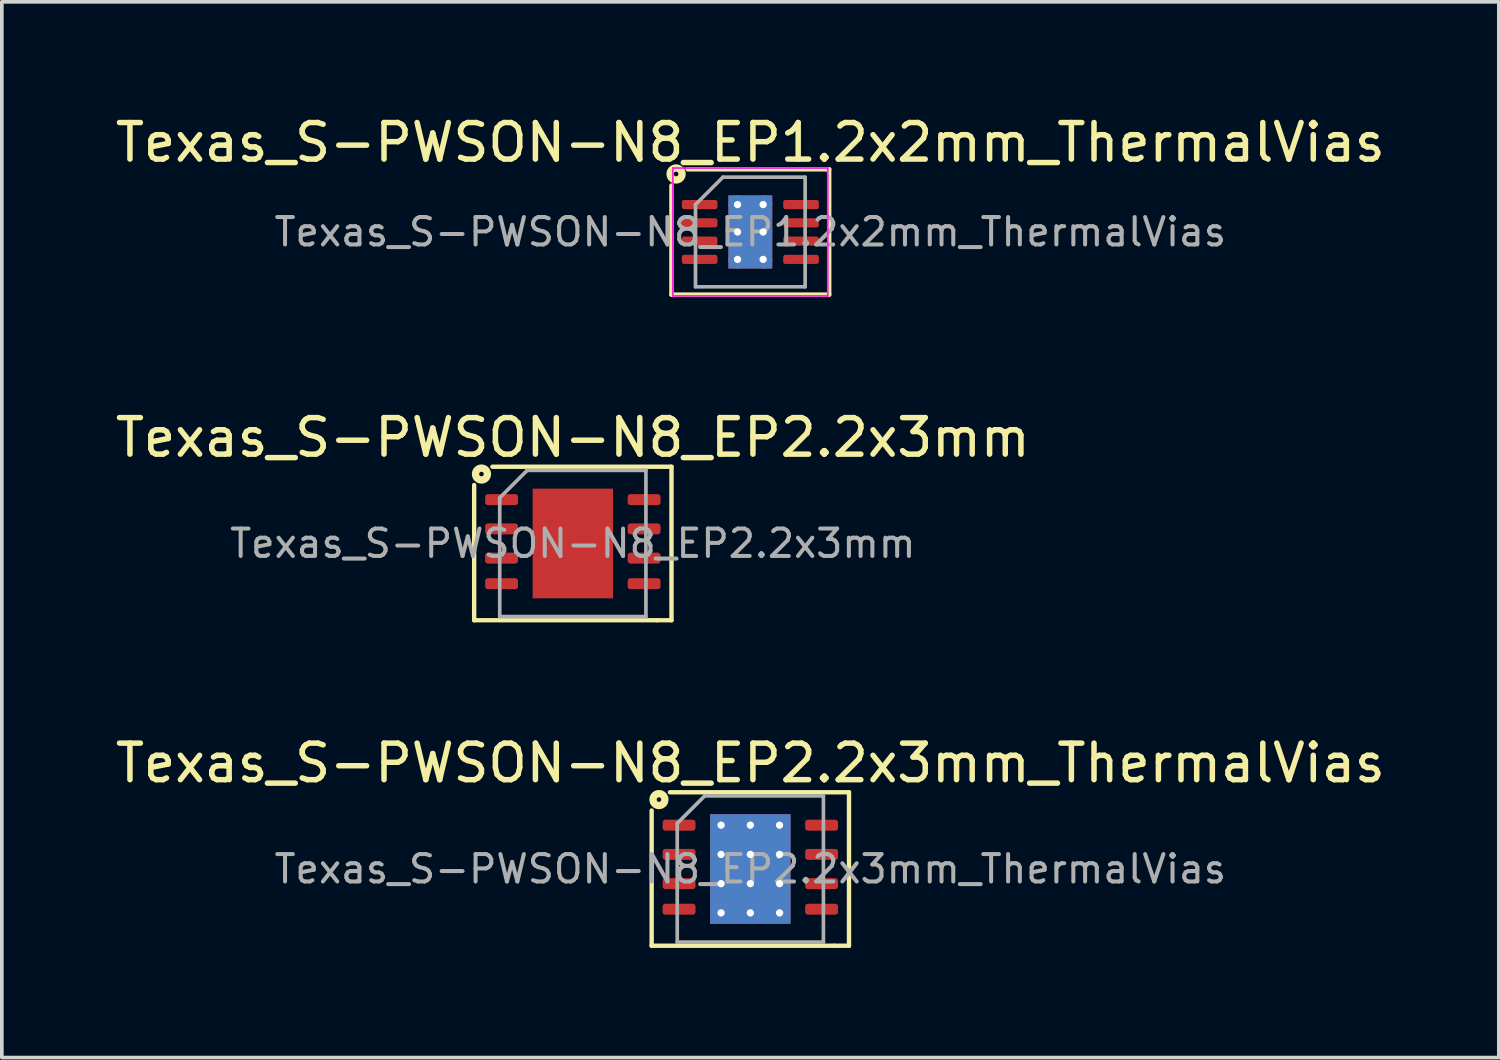
<source format=kicad_pcb>
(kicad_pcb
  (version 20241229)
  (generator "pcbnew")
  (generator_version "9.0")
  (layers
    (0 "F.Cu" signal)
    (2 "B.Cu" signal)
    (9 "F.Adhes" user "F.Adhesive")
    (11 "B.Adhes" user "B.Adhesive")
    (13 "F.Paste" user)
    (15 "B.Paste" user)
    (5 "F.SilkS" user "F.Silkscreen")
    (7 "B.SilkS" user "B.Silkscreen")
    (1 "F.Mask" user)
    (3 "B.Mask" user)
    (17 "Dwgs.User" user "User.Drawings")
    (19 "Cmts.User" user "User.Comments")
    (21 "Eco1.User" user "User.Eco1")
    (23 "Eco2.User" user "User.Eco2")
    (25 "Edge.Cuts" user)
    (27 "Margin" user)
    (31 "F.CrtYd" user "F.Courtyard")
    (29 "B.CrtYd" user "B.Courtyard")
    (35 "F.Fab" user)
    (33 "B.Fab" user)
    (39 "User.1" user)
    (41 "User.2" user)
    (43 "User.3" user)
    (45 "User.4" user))
  (footprint "Texas_S-PWSON-N8_EP1.2x2mm_ThermalVias"
    (layer "F.Cu")
    (at 17.482 3.298)
    (property "Reference" "Texas_S-PWSON-N8_EP1.2x2mm_ThermalVias" (at 0 -2.45 0) (layer "F.SilkS") (effects (font (size 1 1) (thickness 0.15))))
    (attr smd)
    (fp_line (start -2.159 1.714) (end -2.159 -1.27) (stroke (width 0.12) (type solid)) (layer "F.SilkS"))
    (fp_line (start -1.714 -1.714) (end 2.095 -1.714) (stroke (width 0.12) (type solid)) (layer "F.SilkS"))
    (fp_line (start 2.095 -1.714) (end 2.159 -1.714) (stroke (width 0.12) (type solid)) (layer "F.SilkS"))
    (fp_line (start 2.159 -1.714) (end 2.159 1.714) (stroke (width 0.12) (type solid)) (layer "F.SilkS"))
    (fp_line (start 2.159 1.714) (end -2.159 1.714) (stroke (width 0.12) (type solid)) (layer "F.SilkS"))
    (fp_circle (center -2.032 -1.587) (end -1.968 -1.587) (stroke (width 0.2) (type solid)) (fill no) (layer "F.SilkS"))
    (fp_line (start -2.12 -1.75) (end -2.12 1.75) (stroke (width 0.05) (type solid)) (layer "F.CrtYd"))
    (fp_line (start -2.12 1.75) (end 2.12 1.75) (stroke (width 0.05) (type solid)) (layer "F.CrtYd"))
    (fp_line (start 2.12 -1.75) (end -2.12 -1.75) (stroke (width 0.05) (type solid)) (layer "F.CrtYd"))
    (fp_line (start 2.12 1.75) (end 2.12 -1.75) (stroke (width 0.05) (type solid)) (layer "F.CrtYd"))
    (fp_line (start -1.5 -0.75) (end -0.75 -1.5) (stroke (width 0.1) (type solid)) (layer "F.Fab"))
    (fp_line (start -1.5 1.5) (end -1.5 -0.75) (stroke (width 0.1) (type solid)) (layer "F.Fab"))
    (fp_line (start -0.75 -1.5) (end 1.5 -1.5) (stroke (width 0.1) (type solid)) (layer "F.Fab"))
    (fp_line (start 1.5 -1.5) (end 1.5 1.5) (stroke (width 0.1) (type solid)) (layer "F.Fab"))
    (fp_line (start 1.5 1.5) (end -1.5 1.5) (stroke (width 0.1) (type solid)) (layer "F.Fab"))
    (fp_text user "${REFERENCE}" (at 0 0 0) (layer "F.Fab") (effects (font (size 0.75 0.75) (thickness 0.11))))
    (pad "" smd roundrect (at 0 -0.5) (size 1.04 0.87) (layers "F.Paste") (roundrect_rratio 0.25))
    (pad "" smd roundrect (at 0 0.5) (size 1.04 0.87) (layers "F.Paste") (roundrect_rratio 0.25))
    (pad "1" smd roundrect (at -1.387 -0.75) (size 0.975 0.25) (layers "F.Cu" "F.Mask" "F.Paste") (roundrect_rratio 0.25))
    (pad "2" smd roundrect (at -1.387 -0.25) (size 0.975 0.25) (layers "F.Cu" "F.Mask" "F.Paste") (roundrect_rratio 0.25))
    (pad "3" smd roundrect (at -1.387 0.25) (size 0.975 0.25) (layers "F.Cu" "F.Mask" "F.Paste") (roundrect_rratio 0.25))
    (pad "4" smd roundrect (at -1.387 0.75) (size 0.975 0.25) (layers "F.Cu" "F.Mask" "F.Paste") (roundrect_rratio 0.25))
    (pad "5" smd roundrect (at 1.387 0.75) (size 0.975 0.25) (layers "F.Cu" "F.Mask" "F.Paste") (roundrect_rratio 0.25))
    (pad "6" smd roundrect (at 1.387 0.25) (size 0.975 0.25) (layers "F.Cu" "F.Mask" "F.Paste") (roundrect_rratio 0.25))
    (pad "7" smd roundrect (at 1.387 -0.25) (size 0.975 0.25) (layers "F.Cu" "F.Mask" "F.Paste") (roundrect_rratio 0.25))
    (pad "8" smd roundrect (at 1.387 -0.75) (size 0.975 0.25) (layers "F.Cu" "F.Mask" "F.Paste") (roundrect_rratio 0.25))
    (pad "9" thru_hole circle (at -0.35 -0.75) (size 0.5 0.5) (drill 0.2) (layers "*.Cu"))
    (pad "9" thru_hole circle (at -0.35 0) (size 0.5 0.5) (drill 0.2) (layers "*.Cu"))
    (pad "9" thru_hole circle (at -0.35 0.75) (size 0.5 0.5) (drill 0.2) (layers "*.Cu"))
    (pad "9" smd rect (at 0 0) (size 1.2 2) (layers "F.Cu" "F.Mask"))
    (pad "9" smd rect (at 0 0) (size 1.2 2) (layers "B.Cu" "B.Mask"))
    (pad "9" thru_hole circle (at 0.35 -0.75) (size 0.5 0.5) (drill 0.2) (layers "*.Cu"))
    (pad "9" thru_hole circle (at 0.35 0) (size 0.5 0.5) (drill 0.2) (layers "*.Cu"))
    (pad "9" thru_hole circle (at 0.35 0.75) (size 0.5 0.5) (drill 0.2) (layers "*.Cu")))
  (footprint "Texas_S-PWSON-N8_EP2.2x3mm"
    (layer "F.Cu")
    (at 12.625 11.822)
    (property "Reference" "Texas_S-PWSON-N8_EP2.2x3mm" (at 0 -2.9 0) (layer "F.SilkS") (effects (font (size 1 1) (thickness 0.15))))
    (attr smd)
    (fp_line (start -2.7 2.1) (end -2.7 -1.6) (stroke (width 0.12) (type solid)) (layer "F.SilkS"))
    (fp_line (start -2.2 -2.1) (end 2.7 -2.1) (stroke (width 0.12) (type solid)) (layer "F.SilkS"))
    (fp_line (start 2.3 2.1) (end -2.7 2.1) (stroke (width 0.12) (type solid)) (layer "F.SilkS"))
    (fp_line (start 2.7 -2.1) (end 2.7 2.1) (stroke (width 0.12) (type solid)) (layer "F.SilkS"))
    (fp_line (start 2.7 2.1) (end 2.3 2.1) (stroke (width 0.12) (type solid)) (layer "F.SilkS"))
    (fp_circle (center -2.5 -1.9) (end -2.437 -1.9) (stroke (width 0.2) (type solid)) (fill no) (layer "F.SilkS"))
    (fp_line (start -2 -1.25) (end -1.25 -2) (stroke (width 0.1) (type solid)) (layer "F.Fab"))
    (fp_line (start -2 2) (end -2 -1.25) (stroke (width 0.1) (type solid)) (layer "F.Fab"))
    (fp_line (start -1.25 -2) (end 2 -2) (stroke (width 0.1) (type solid)) (layer "F.Fab"))
    (fp_line (start 2 -2) (end 2 2) (stroke (width 0.1) (type solid)) (layer "F.Fab"))
    (fp_line (start 2 2) (end -2 2) (stroke (width 0.1) (type solid)) (layer "F.Fab"))
    (fp_text user "${REFERENCE}" (at 0 0 0) (layer "F.Fab") (effects (font (size 0.75 0.75) (thickness 0.11))))
    (pad "" smd roundrect (at -0.6 -0.8) (size 0.9 1.3) (layers "F.Paste") (roundrect_rratio 0.25))
    (pad "" smd roundrect (at -0.6 0.8) (size 0.9 1.3) (layers "F.Paste") (roundrect_rratio 0.25))
    (pad "" smd roundrect (at 0.6 -0.8) (size 0.9 1.3) (layers "F.Paste") (roundrect_rratio 0.25))
    (pad "" smd roundrect (at 0.6 0.8) (size 0.9 1.3) (layers "F.Paste") (roundrect_rratio 0.25))
    (pad "1" smd roundrect (at -1.95 -1.2) (size 0.9 0.3) (layers "F.Cu" "F.Mask" "F.Paste") (roundrect_rratio 0.25))
    (pad "2" smd roundrect (at -1.95 -0.4) (size 0.9 0.3) (layers "F.Cu" "F.Mask" "F.Paste") (roundrect_rratio 0.25))
    (pad "3" smd roundrect (at -1.95 0.4) (size 0.9 0.3) (layers "F.Cu" "F.Mask" "F.Paste") (roundrect_rratio 0.25))
    (pad "4" smd roundrect (at -1.95 1.1) (size 0.9 0.3) (layers "F.Cu" "F.Mask" "F.Paste") (roundrect_rratio 0.25))
    (pad "5" smd roundrect (at 1.95 1.1) (size 0.9 0.3) (layers "F.Cu" "F.Mask" "F.Paste") (roundrect_rratio 0.25))
    (pad "6" smd roundrect (at 1.95 0.4) (size 0.9 0.3) (layers "F.Cu" "F.Mask" "F.Paste") (roundrect_rratio 0.25))
    (pad "7" smd roundrect (at 1.95 -0.4) (size 0.9 0.3) (layers "F.Cu" "F.Mask" "F.Paste") (roundrect_rratio 0.25))
    (pad "8" smd roundrect (at 1.95 -1.2) (size 0.9 0.3) (layers "F.Cu" "F.Mask" "F.Paste") (roundrect_rratio 0.25))
    (pad "9" smd rect (at 0 0) (size 2.2 3) (layers "F.Cu" "F.Mask")))
  (footprint "Texas_S-PWSON-N8_EP2.2x3mm_ThermalVias"
    (layer "F.Cu")
    (at 17.482 20.73)
    (property "Reference" "Texas_S-PWSON-N8_EP2.2x3mm_ThermalVias" (at 0 -2.9 0) (layer "F.SilkS") (effects (font (size 1 1) (thickness 0.15))))
    (attr smd)
    (fp_line (start -2.7 2.1) (end -2.7 -1.6) (stroke (width 0.12) (type solid)) (layer "F.SilkS"))
    (fp_line (start -2.2 -2.1) (end 2.7 -2.1) (stroke (width 0.12) (type solid)) (layer "F.SilkS"))
    (fp_line (start 2.3 2.1) (end -2.7 2.1) (stroke (width 0.12) (type solid)) (layer "F.SilkS"))
    (fp_line (start 2.7 -2.1) (end 2.7 2.1) (stroke (width 0.12) (type solid)) (layer "F.SilkS"))
    (fp_line (start 2.7 2.1) (end 2.3 2.1) (stroke (width 0.12) (type solid)) (layer "F.SilkS"))
    (fp_circle (center -2.5 -1.9) (end -2.437 -1.9) (stroke (width 0.2) (type solid)) (fill no) (layer "F.SilkS"))
    (fp_line (start -2 -1.25) (end -1.25 -2) (stroke (width 0.1) (type solid)) (layer "F.Fab"))
    (fp_line (start -2 2) (end -2 -1.25) (stroke (width 0.1) (type solid)) (layer "F.Fab"))
    (fp_line (start -1.25 -2) (end 2 -2) (stroke (width 0.1) (type solid)) (layer "F.Fab"))
    (fp_line (start 2 -2) (end 2 2) (stroke (width 0.1) (type solid)) (layer "F.Fab"))
    (fp_line (start 2 2) (end -2 2) (stroke (width 0.1) (type solid)) (layer "F.Fab"))
    (fp_text user "${REFERENCE}" (at 0 0 0) (layer "F.Fab") (effects (font (size 0.75 0.75) (thickness 0.11))))
    (pad "" smd roundrect (at -0.6 -0.8) (size 0.9 1.3) (layers "F.Paste") (roundrect_rratio 0.25))
    (pad "" smd roundrect (at -0.6 0.8) (size 0.9 1.3) (layers "F.Paste") (roundrect_rratio 0.25))
    (pad "" smd roundrect (at 0.6 -0.8) (size 0.9 1.3) (layers "F.Paste") (roundrect_rratio 0.25))
    (pad "" smd roundrect (at 0.6 0.8) (size 0.9 1.3) (layers "F.Paste") (roundrect_rratio 0.25))
    (pad "1" smd roundrect (at -1.95 -1.2) (size 0.9 0.3) (layers "F.Cu" "F.Mask" "F.Paste") (roundrect_rratio 0.25))
    (pad "2" smd roundrect (at -1.95 -0.4) (size 0.9 0.3) (layers "F.Cu" "F.Mask" "F.Paste") (roundrect_rratio 0.25))
    (pad "3" smd roundrect (at -1.95 0.4) (size 0.9 0.3) (layers "F.Cu" "F.Mask" "F.Paste") (roundrect_rratio 0.25))
    (pad "4" smd roundrect (at -1.95 1.1) (size 0.9 0.3) (layers "F.Cu" "F.Mask" "F.Paste") (roundrect_rratio 0.25))
    (pad "5" smd roundrect (at 1.95 1.1) (size 0.9 0.3) (layers "F.Cu" "F.Mask" "F.Paste") (roundrect_rratio 0.25))
    (pad "6" smd roundrect (at 1.95 0.4) (size 0.9 0.3) (layers "F.Cu" "F.Mask" "F.Paste") (roundrect_rratio 0.25))
    (pad "7" smd roundrect (at 1.95 -0.4) (size 0.9 0.3) (layers "F.Cu" "F.Mask" "F.Paste") (roundrect_rratio 0.25))
    (pad "8" smd roundrect (at 1.95 -1.2) (size 0.9 0.3) (layers "F.Cu" "F.Mask" "F.Paste") (roundrect_rratio 0.25))
    (pad "9" thru_hole circle (at -0.8 -1.2) (size 0.5 0.5) (drill 0.2) (layers "*.Cu"))
    (pad "9" thru_hole circle (at -0.8 -0.4) (size 0.5 0.5) (drill 0.2) (layers "*.Cu"))
    (pad "9" thru_hole circle (at -0.8 0.4) (size 0.5 0.5) (drill 0.2) (layers "*.Cu"))
    (pad "9" thru_hole circle (at -0.8 1.2) (size 0.5 0.5) (drill 0.2) (layers "*.Cu"))
    (pad "9" thru_hole circle (at 0 -1.2) (size 0.5 0.5) (drill 0.2) (layers "*.Cu"))
    (pad "9" thru_hole circle (at 0 -0.4) (size 0.5 0.5) (drill 0.2) (layers "*.Cu"))
    (pad "9" smd rect (at 0 0) (size 2.2 3) (layers "F.Cu" "F.Mask"))
    (pad "9" smd rect (at 0 0) (size 2.2 3) (layers "B.Cu" "B.Mask"))
    (pad "9" thru_hole circle (at 0 0.4) (size 0.5 0.5) (drill 0.2) (layers "*.Cu"))
    (pad "9" thru_hole circle (at 0 1.2) (size 0.5 0.5) (drill 0.2) (layers "*.Cu"))
    (pad "9" thru_hole circle (at 0.8 -1.2) (size 0.5 0.5) (drill 0.2) (layers "*.Cu"))
    (pad "9" thru_hole circle (at 0.8 -0.4) (size 0.5 0.5) (drill 0.2) (layers "*.Cu"))
    (pad "9" thru_hole circle (at 0.8 0.4) (size 0.5 0.5) (drill 0.2) (layers "*.Cu"))
    (pad "9" thru_hole circle (at 0.8 1.2) (size 0.5 0.5) (drill 0.2) (layers "*.Cu")))
  (gr_rect
    (start -3 -3)
    (end 37.964 25.89)
    (stroke (width 0.1) (type default))
    (fill no)
    (layer "Edge.Cuts")))
</source>
